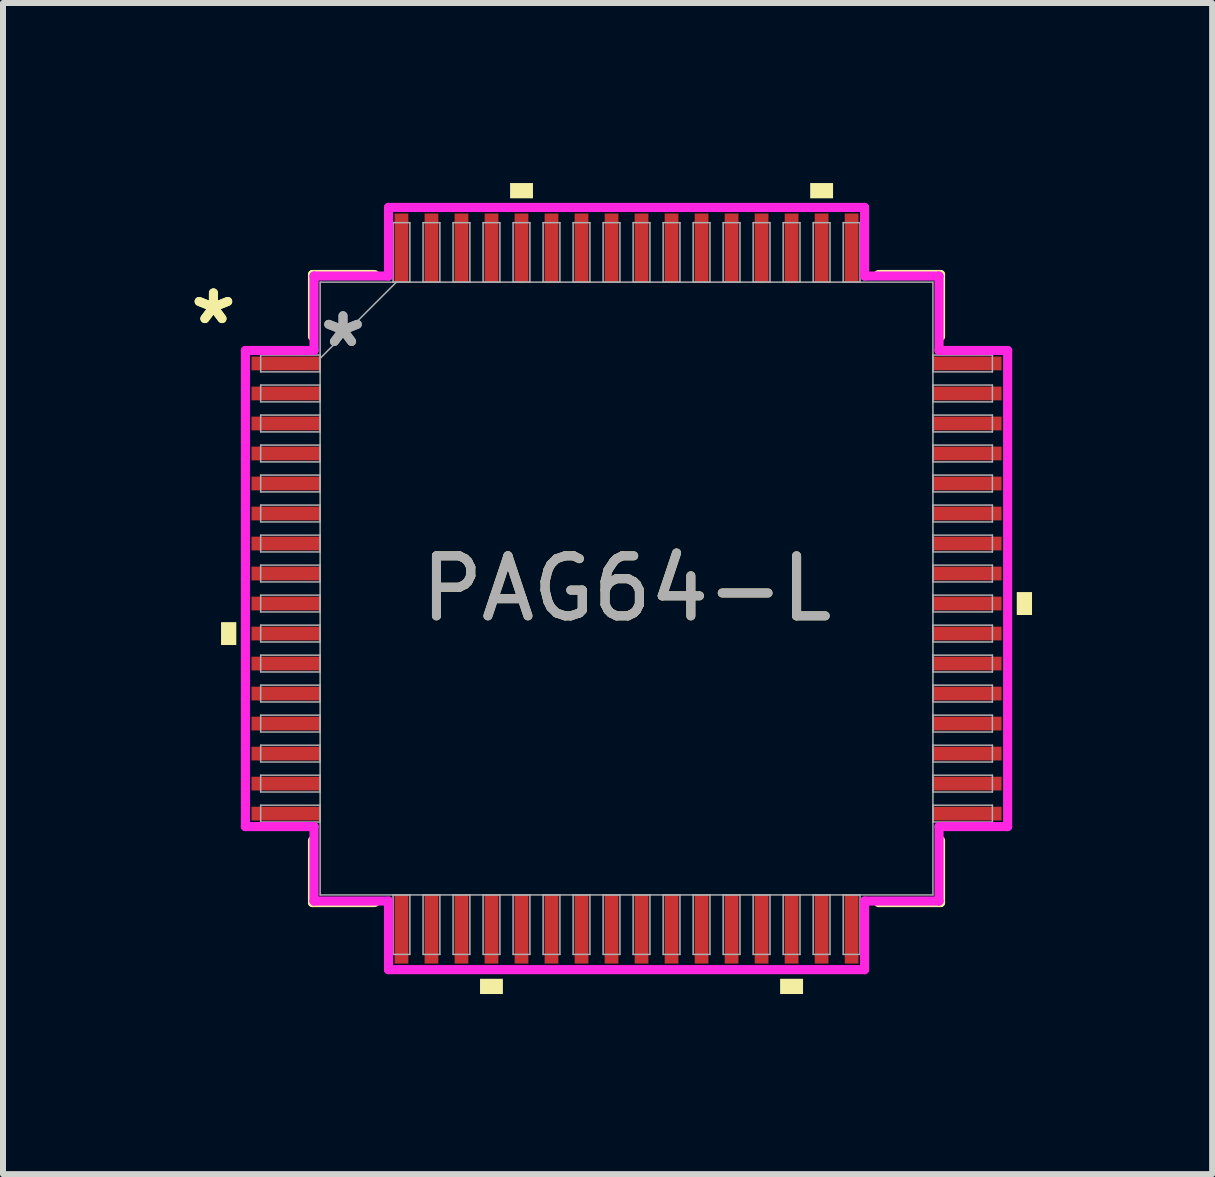
<source format=kicad_pcb>
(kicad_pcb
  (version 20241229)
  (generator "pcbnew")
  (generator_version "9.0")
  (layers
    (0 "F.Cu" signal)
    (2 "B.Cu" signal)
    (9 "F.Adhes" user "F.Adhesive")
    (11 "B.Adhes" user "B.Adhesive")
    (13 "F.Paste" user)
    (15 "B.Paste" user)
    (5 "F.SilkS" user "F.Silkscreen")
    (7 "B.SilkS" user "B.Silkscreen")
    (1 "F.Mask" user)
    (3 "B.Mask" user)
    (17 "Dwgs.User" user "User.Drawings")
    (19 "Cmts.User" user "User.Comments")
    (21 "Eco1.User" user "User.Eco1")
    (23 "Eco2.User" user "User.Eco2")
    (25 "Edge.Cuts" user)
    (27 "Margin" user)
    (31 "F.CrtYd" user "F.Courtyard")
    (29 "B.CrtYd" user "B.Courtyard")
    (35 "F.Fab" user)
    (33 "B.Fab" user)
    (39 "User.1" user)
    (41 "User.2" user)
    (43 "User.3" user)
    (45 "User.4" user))
  (footprint "PAG64-L"
    (layer "F.Cu")
    (at 7.389 6.756)
    (property "Reference" "PAG64-L" (at 0 0 0) (unlocked yes) (layer "F.SilkS") (effects (font (size 1 1) (thickness 0.15))))
    (attr smd)
    (fp_line (start -5.232 -5.232) (end -5.232 -4.197) (stroke (width 0.152) (type solid)) (layer "F.SilkS"))
    (fp_line (start -5.232 4.197) (end -5.232 5.232) (stroke (width 0.152) (type solid)) (layer "F.SilkS"))
    (fp_line (start -5.232 5.232) (end -4.197 5.232) (stroke (width 0.152) (type solid)) (layer "F.SilkS"))
    (fp_line (start -4.197 -5.232) (end -5.232 -5.232) (stroke (width 0.152) (type solid)) (layer "F.SilkS"))
    (fp_line (start 4.197 5.232) (end 5.232 5.232) (stroke (width 0.152) (type solid)) (layer "F.SilkS"))
    (fp_line (start 5.232 -5.232) (end 4.197 -5.232) (stroke (width 0.152) (type solid)) (layer "F.SilkS"))
    (fp_line (start 5.232 -4.197) (end 5.232 -5.232) (stroke (width 0.152) (type solid)) (layer "F.SilkS"))
    (fp_line (start 5.232 5.232) (end 5.232 4.197) (stroke (width 0.152) (type solid)) (layer "F.SilkS"))
    (fp_poly (pts (xy -6.756 0.56) (xy -6.756 0.941) (xy -6.502 0.941) (xy -6.502 0.56)) (stroke (width 0) (type solid)) (fill yes) (layer "F.SilkS"))
    (fp_poly (pts (xy -2.441 6.502) (xy -2.441 6.756) (xy -2.06 6.756) (xy -2.06 6.502)) (stroke (width 0) (type solid)) (fill yes) (layer "F.SilkS"))
    (fp_poly (pts (xy -1.94 -6.502) (xy -1.94 -6.756) (xy -1.559 -6.756) (xy -1.559 -6.502)) (stroke (width 0) (type solid)) (fill yes) (layer "F.SilkS"))
    (fp_poly (pts (xy 2.559 6.502) (xy 2.559 6.756) (xy 2.941 6.756) (xy 2.941 6.502)) (stroke (width 0) (type solid)) (fill yes) (layer "F.SilkS"))
    (fp_poly (pts (xy 3.06 -6.502) (xy 3.06 -6.756) (xy 3.441 -6.756) (xy 3.441 -6.502)) (stroke (width 0) (type solid)) (fill yes) (layer "F.SilkS"))
    (fp_poly (pts (xy 6.756 0.059) (xy 6.756 0.441) (xy 6.502 0.441) (xy 6.502 0.059)) (stroke (width 0) (type solid)) (fill yes) (layer "F.SilkS"))
    (fp_line (start -6.35 -3.966) (end -5.207 -3.966) (stroke (width 0.152) (type solid)) (layer "F.CrtYd"))
    (fp_line (start -6.35 3.966) (end -6.35 -3.966) (stroke (width 0.152) (type solid)) (layer "F.CrtYd"))
    (fp_line (start -5.207 -5.207) (end -3.966 -5.207) (stroke (width 0.152) (type solid)) (layer "F.CrtYd"))
    (fp_line (start -5.207 -3.966) (end -5.207 -5.207) (stroke (width 0.152) (type solid)) (layer "F.CrtYd"))
    (fp_line (start -5.207 3.966) (end -6.35 3.966) (stroke (width 0.152) (type solid)) (layer "F.CrtYd"))
    (fp_line (start -5.207 5.207) (end -5.207 3.966) (stroke (width 0.152) (type solid)) (layer "F.CrtYd"))
    (fp_line (start -5.207 5.207) (end -3.966 5.207) (stroke (width 0.152) (type solid)) (layer "F.CrtYd"))
    (fp_line (start -3.966 -6.35) (end 3.966 -6.35) (stroke (width 0.152) (type solid)) (layer "F.CrtYd"))
    (fp_line (start -3.966 -5.207) (end -3.966 -6.35) (stroke (width 0.152) (type solid)) (layer "F.CrtYd"))
    (fp_line (start -3.966 5.207) (end -3.966 6.35) (stroke (width 0.152) (type solid)) (layer "F.CrtYd"))
    (fp_line (start -3.966 6.35) (end 3.966 6.35) (stroke (width 0.152) (type solid)) (layer "F.CrtYd"))
    (fp_line (start 3.966 -6.35) (end 3.966 -5.207) (stroke (width 0.152) (type solid)) (layer "F.CrtYd"))
    (fp_line (start 3.966 -5.207) (end 5.207 -5.207) (stroke (width 0.152) (type solid)) (layer "F.CrtYd"))
    (fp_line (start 3.966 5.207) (end 5.207 5.207) (stroke (width 0.152) (type solid)) (layer "F.CrtYd"))
    (fp_line (start 3.966 6.35) (end 3.966 5.207) (stroke (width 0.152) (type solid)) (layer "F.CrtYd"))
    (fp_line (start 5.207 -3.966) (end 5.207 -5.207) (stroke (width 0.152) (type solid)) (layer "F.CrtYd"))
    (fp_line (start 5.207 3.966) (end 6.35 3.966) (stroke (width 0.152) (type solid)) (layer "F.CrtYd"))
    (fp_line (start 5.207 5.207) (end 5.207 3.966) (stroke (width 0.152) (type solid)) (layer "F.CrtYd"))
    (fp_line (start 6.35 -3.966) (end 5.207 -3.966) (stroke (width 0.152) (type solid)) (layer "F.CrtYd"))
    (fp_line (start 6.35 3.966) (end 6.35 -3.966) (stroke (width 0.152) (type solid)) (layer "F.CrtYd"))
    (fp_line (start -6.096 -3.89) (end -6.096 -3.61) (stroke (width 0.025) (type solid)) (layer "F.Fab"))
    (fp_line (start -6.096 -3.61) (end -5.105 -3.61) (stroke (width 0.025) (type solid)) (layer "F.Fab"))
    (fp_line (start -6.096 -3.39) (end -6.096 -3.11) (stroke (width 0.025) (type solid)) (layer "F.Fab"))
    (fp_line (start -6.096 -3.11) (end -5.105 -3.11) (stroke (width 0.025) (type solid)) (layer "F.Fab"))
    (fp_line (start -6.096 -2.89) (end -6.096 -2.61) (stroke (width 0.025) (type solid)) (layer "F.Fab"))
    (fp_line (start -6.096 -2.61) (end -5.105 -2.61) (stroke (width 0.025) (type solid)) (layer "F.Fab"))
    (fp_line (start -6.096 -2.39) (end -6.096 -2.11) (stroke (width 0.025) (type solid)) (layer "F.Fab"))
    (fp_line (start -6.096 -2.11) (end -5.105 -2.11) (stroke (width 0.025) (type solid)) (layer "F.Fab"))
    (fp_line (start -6.096 -1.89) (end -6.096 -1.61) (stroke (width 0.025) (type solid)) (layer "F.Fab"))
    (fp_line (start -6.096 -1.61) (end -5.105 -1.61) (stroke (width 0.025) (type solid)) (layer "F.Fab"))
    (fp_line (start -6.096 -1.39) (end -6.096 -1.11) (stroke (width 0.025) (type solid)) (layer "F.Fab"))
    (fp_line (start -6.096 -1.11) (end -5.105 -1.11) (stroke (width 0.025) (type solid)) (layer "F.Fab"))
    (fp_line (start -6.096 -0.89) (end -6.096 -0.61) (stroke (width 0.025) (type solid)) (layer "F.Fab"))
    (fp_line (start -6.096 -0.61) (end -5.105 -0.61) (stroke (width 0.025) (type solid)) (layer "F.Fab"))
    (fp_line (start -6.096 -0.39) (end -6.096 -0.11) (stroke (width 0.025) (type solid)) (layer "F.Fab"))
    (fp_line (start -6.096 -0.11) (end -5.105 -0.11) (stroke (width 0.025) (type solid)) (layer "F.Fab"))
    (fp_line (start -6.096 0.11) (end -6.096 0.39) (stroke (width 0.025) (type solid)) (layer "F.Fab"))
    (fp_line (start -6.096 0.39) (end -5.105 0.39) (stroke (width 0.025) (type solid)) (layer "F.Fab"))
    (fp_line (start -6.096 0.61) (end -6.096 0.89) (stroke (width 0.025) (type solid)) (layer "F.Fab"))
    (fp_line (start -6.096 0.89) (end -5.105 0.89) (stroke (width 0.025) (type solid)) (layer "F.Fab"))
    (fp_line (start -6.096 1.11) (end -6.096 1.39) (stroke (width 0.025) (type solid)) (layer "F.Fab"))
    (fp_line (start -6.096 1.39) (end -5.105 1.39) (stroke (width 0.025) (type solid)) (layer "F.Fab"))
    (fp_line (start -6.096 1.61) (end -6.096 1.89) (stroke (width 0.025) (type solid)) (layer "F.Fab"))
    (fp_line (start -6.096 1.89) (end -5.105 1.89) (stroke (width 0.025) (type solid)) (layer "F.Fab"))
    (fp_line (start -6.096 2.11) (end -6.096 2.39) (stroke (width 0.025) (type solid)) (layer "F.Fab"))
    (fp_line (start -6.096 2.39) (end -5.105 2.39) (stroke (width 0.025) (type solid)) (layer "F.Fab"))
    (fp_line (start -6.096 2.61) (end -6.096 2.89) (stroke (width 0.025) (type solid)) (layer "F.Fab"))
    (fp_line (start -6.096 2.89) (end -5.105 2.89) (stroke (width 0.025) (type solid)) (layer "F.Fab"))
    (fp_line (start -6.096 3.11) (end -6.096 3.39) (stroke (width 0.025) (type solid)) (layer "F.Fab"))
    (fp_line (start -6.096 3.39) (end -5.105 3.39) (stroke (width 0.025) (type solid)) (layer "F.Fab"))
    (fp_line (start -6.096 3.61) (end -6.096 3.89) (stroke (width 0.025) (type solid)) (layer "F.Fab"))
    (fp_line (start -6.096 3.89) (end -5.105 3.89) (stroke (width 0.025) (type solid)) (layer "F.Fab"))
    (fp_line (start -5.105 -5.105) (end -5.105 5.105) (stroke (width 0.025) (type solid)) (layer "F.Fab"))
    (fp_line (start -5.105 -3.89) (end -6.096 -3.89) (stroke (width 0.025) (type solid)) (layer "F.Fab"))
    (fp_line (start -5.105 -3.835) (end -3.835 -5.105) (stroke (width 0.025) (type solid)) (layer "F.Fab"))
    (fp_line (start -5.105 -3.61) (end -5.105 -3.89) (stroke (width 0.025) (type solid)) (layer "F.Fab"))
    (fp_line (start -5.105 -3.39) (end -6.096 -3.39) (stroke (width 0.025) (type solid)) (layer "F.Fab"))
    (fp_line (start -5.105 -3.11) (end -5.105 -3.39) (stroke (width 0.025) (type solid)) (layer "F.Fab"))
    (fp_line (start -5.105 -2.89) (end -6.096 -2.89) (stroke (width 0.025) (type solid)) (layer "F.Fab"))
    (fp_line (start -5.105 -2.61) (end -5.105 -2.89) (stroke (width 0.025) (type solid)) (layer "F.Fab"))
    (fp_line (start -5.105 -2.39) (end -6.096 -2.39) (stroke (width 0.025) (type solid)) (layer "F.Fab"))
    (fp_line (start -5.105 -2.11) (end -5.105 -2.39) (stroke (width 0.025) (type solid)) (layer "F.Fab"))
    (fp_line (start -5.105 -1.89) (end -6.096 -1.89) (stroke (width 0.025) (type solid)) (layer "F.Fab"))
    (fp_line (start -5.105 -1.61) (end -5.105 -1.89) (stroke (width 0.025) (type solid)) (layer "F.Fab"))
    (fp_line (start -5.105 -1.39) (end -6.096 -1.39) (stroke (width 0.025) (type solid)) (layer "F.Fab"))
    (fp_line (start -5.105 -1.11) (end -5.105 -1.39) (stroke (width 0.025) (type solid)) (layer "F.Fab"))
    (fp_line (start -5.105 -0.89) (end -6.096 -0.89) (stroke (width 0.025) (type solid)) (layer "F.Fab"))
    (fp_line (start -5.105 -0.61) (end -5.105 -0.89) (stroke (width 0.025) (type solid)) (layer "F.Fab"))
    (fp_line (start -5.105 -0.39) (end -6.096 -0.39) (stroke (width 0.025) (type solid)) (layer "F.Fab"))
    (fp_line (start -5.105 -0.11) (end -5.105 -0.39) (stroke (width 0.025) (type solid)) (layer "F.Fab"))
    (fp_line (start -5.105 0.11) (end -6.096 0.11) (stroke (width 0.025) (type solid)) (layer "F.Fab"))
    (fp_line (start -5.105 0.39) (end -5.105 0.11) (stroke (width 0.025) (type solid)) (layer "F.Fab"))
    (fp_line (start -5.105 0.61) (end -6.096 0.61) (stroke (width 0.025) (type solid)) (layer "F.Fab"))
    (fp_line (start -5.105 0.89) (end -5.105 0.61) (stroke (width 0.025) (type solid)) (layer "F.Fab"))
    (fp_line (start -5.105 1.11) (end -6.096 1.11) (stroke (width 0.025) (type solid)) (layer "F.Fab"))
    (fp_line (start -5.105 1.39) (end -5.105 1.11) (stroke (width 0.025) (type solid)) (layer "F.Fab"))
    (fp_line (start -5.105 1.61) (end -6.096 1.61) (stroke (width 0.025) (type solid)) (layer "F.Fab"))
    (fp_line (start -5.105 1.89) (end -5.105 1.61) (stroke (width 0.025) (type solid)) (layer "F.Fab"))
    (fp_line (start -5.105 2.11) (end -6.096 2.11) (stroke (width 0.025) (type solid)) (layer "F.Fab"))
    (fp_line (start -5.105 2.39) (end -5.105 2.11) (stroke (width 0.025) (type solid)) (layer "F.Fab"))
    (fp_line (start -5.105 2.61) (end -6.096 2.61) (stroke (width 0.025) (type solid)) (layer "F.Fab"))
    (fp_line (start -5.105 2.89) (end -5.105 2.61) (stroke (width 0.025) (type solid)) (layer "F.Fab"))
    (fp_line (start -5.105 3.11) (end -6.096 3.11) (stroke (width 0.025) (type solid)) (layer "F.Fab"))
    (fp_line (start -5.105 3.39) (end -5.105 3.11) (stroke (width 0.025) (type solid)) (layer "F.Fab"))
    (fp_line (start -5.105 3.61) (end -6.096 3.61) (stroke (width 0.025) (type solid)) (layer "F.Fab"))
    (fp_line (start -5.105 3.89) (end -5.105 3.61) (stroke (width 0.025) (type solid)) (layer "F.Fab"))
    (fp_line (start -5.105 5.105) (end 5.105 5.105) (stroke (width 0.025) (type solid)) (layer "F.Fab"))
    (fp_line (start -3.89 -6.096) (end -3.89 -5.105) (stroke (width 0.025) (type solid)) (layer "F.Fab"))
    (fp_line (start -3.89 -5.105) (end -3.61 -5.105) (stroke (width 0.025) (type solid)) (layer "F.Fab"))
    (fp_line (start -3.89 5.105) (end -3.89 6.096) (stroke (width 0.025) (type solid)) (layer "F.Fab"))
    (fp_line (start -3.89 6.096) (end -3.61 6.096) (stroke (width 0.025) (type solid)) (layer "F.Fab"))
    (fp_line (start -3.61 -6.096) (end -3.89 -6.096) (stroke (width 0.025) (type solid)) (layer "F.Fab"))
    (fp_line (start -3.61 -5.105) (end -3.61 -6.096) (stroke (width 0.025) (type solid)) (layer "F.Fab"))
    (fp_line (start -3.61 5.105) (end -3.89 5.105) (stroke (width 0.025) (type solid)) (layer "F.Fab"))
    (fp_line (start -3.61 6.096) (end -3.61 5.105) (stroke (width 0.025) (type solid)) (layer "F.Fab"))
    (fp_line (start -3.39 -6.096) (end -3.39 -5.105) (stroke (width 0.025) (type solid)) (layer "F.Fab"))
    (fp_line (start -3.39 -5.105) (end -3.11 -5.105) (stroke (width 0.025) (type solid)) (layer "F.Fab"))
    (fp_line (start -3.39 5.105) (end -3.39 6.096) (stroke (width 0.025) (type solid)) (layer "F.Fab"))
    (fp_line (start -3.39 6.096) (end -3.11 6.096) (stroke (width 0.025) (type solid)) (layer "F.Fab"))
    (fp_line (start -3.11 -6.096) (end -3.39 -6.096) (stroke (width 0.025) (type solid)) (layer "F.Fab"))
    (fp_line (start -3.11 -5.105) (end -3.11 -6.096) (stroke (width 0.025) (type solid)) (layer "F.Fab"))
    (fp_line (start -3.11 5.105) (end -3.39 5.105) (stroke (width 0.025) (type solid)) (layer "F.Fab"))
    (fp_line (start -3.11 6.096) (end -3.11 5.105) (stroke (width 0.025) (type solid)) (layer "F.Fab"))
    (fp_line (start -2.89 -6.096) (end -2.89 -5.105) (stroke (width 0.025) (type solid)) (layer "F.Fab"))
    (fp_line (start -2.89 -5.105) (end -2.61 -5.105) (stroke (width 0.025) (type solid)) (layer "F.Fab"))
    (fp_line (start -2.89 5.105) (end -2.89 6.096) (stroke (width 0.025) (type solid)) (layer "F.Fab"))
    (fp_line (start -2.89 6.096) (end -2.61 6.096) (stroke (width 0.025) (type solid)) (layer "F.Fab"))
    (fp_line (start -2.61 -6.096) (end -2.89 -6.096) (stroke (width 0.025) (type solid)) (layer "F.Fab"))
    (fp_line (start -2.61 -5.105) (end -2.61 -6.096) (stroke (width 0.025) (type solid)) (layer "F.Fab"))
    (fp_line (start -2.61 5.105) (end -2.89 5.105) (stroke (width 0.025) (type solid)) (layer "F.Fab"))
    (fp_line (start -2.61 6.096) (end -2.61 5.105) (stroke (width 0.025) (type solid)) (layer "F.Fab"))
    (fp_line (start -2.39 -6.096) (end -2.39 -5.105) (stroke (width 0.025) (type solid)) (layer "F.Fab"))
    (fp_line (start -2.39 -5.105) (end -2.11 -5.105) (stroke (width 0.025) (type solid)) (layer "F.Fab"))
    (fp_line (start -2.39 5.105) (end -2.39 6.096) (stroke (width 0.025) (type solid)) (layer "F.Fab"))
    (fp_line (start -2.39 6.096) (end -2.11 6.096) (stroke (width 0.025) (type solid)) (layer "F.Fab"))
    (fp_line (start -2.11 -6.096) (end -2.39 -6.096) (stroke (width 0.025) (type solid)) (layer "F.Fab"))
    (fp_line (start -2.11 -5.105) (end -2.11 -6.096) (stroke (width 0.025) (type solid)) (layer "F.Fab"))
    (fp_line (start -2.11 5.105) (end -2.39 5.105) (stroke (width 0.025) (type solid)) (layer "F.Fab"))
    (fp_line (start -2.11 6.096) (end -2.11 5.105) (stroke (width 0.025) (type solid)) (layer "F.Fab"))
    (fp_line (start -1.89 -6.096) (end -1.89 -5.105) (stroke (width 0.025) (type solid)) (layer "F.Fab"))
    (fp_line (start -1.89 -5.105) (end -1.61 -5.105) (stroke (width 0.025) (type solid)) (layer "F.Fab"))
    (fp_line (start -1.89 5.105) (end -1.89 6.096) (stroke (width 0.025) (type solid)) (layer "F.Fab"))
    (fp_line (start -1.89 6.096) (end -1.61 6.096) (stroke (width 0.025) (type solid)) (layer "F.Fab"))
    (fp_line (start -1.61 -6.096) (end -1.89 -6.096) (stroke (width 0.025) (type solid)) (layer "F.Fab"))
    (fp_line (start -1.61 -5.105) (end -1.61 -6.096) (stroke (width 0.025) (type solid)) (layer "F.Fab"))
    (fp_line (start -1.61 5.105) (end -1.89 5.105) (stroke (width 0.025) (type solid)) (layer "F.Fab"))
    (fp_line (start -1.61 6.096) (end -1.61 5.105) (stroke (width 0.025) (type solid)) (layer "F.Fab"))
    (fp_line (start -1.39 -6.096) (end -1.39 -5.105) (stroke (width 0.025) (type solid)) (layer "F.Fab"))
    (fp_line (start -1.39 -5.105) (end -1.11 -5.105) (stroke (width 0.025) (type solid)) (layer "F.Fab"))
    (fp_line (start -1.39 5.105) (end -1.39 6.096) (stroke (width 0.025) (type solid)) (layer "F.Fab"))
    (fp_line (start -1.39 6.096) (end -1.11 6.096) (stroke (width 0.025) (type solid)) (layer "F.Fab"))
    (fp_line (start -1.11 -6.096) (end -1.39 -6.096) (stroke (width 0.025) (type solid)) (layer "F.Fab"))
    (fp_line (start -1.11 -5.105) (end -1.11 -6.096) (stroke (width 0.025) (type solid)) (layer "F.Fab"))
    (fp_line (start -1.11 5.105) (end -1.39 5.105) (stroke (width 0.025) (type solid)) (layer "F.Fab"))
    (fp_line (start -1.11 6.096) (end -1.11 5.105) (stroke (width 0.025) (type solid)) (layer "F.Fab"))
    (fp_line (start -0.89 -6.096) (end -0.89 -5.105) (stroke (width 0.025) (type solid)) (layer "F.Fab"))
    (fp_line (start -0.89 -5.105) (end -0.61 -5.105) (stroke (width 0.025) (type solid)) (layer "F.Fab"))
    (fp_line (start -0.89 5.105) (end -0.89 6.096) (stroke (width 0.025) (type solid)) (layer "F.Fab"))
    (fp_line (start -0.89 6.096) (end -0.61 6.096) (stroke (width 0.025) (type solid)) (layer "F.Fab"))
    (fp_line (start -0.61 -6.096) (end -0.89 -6.096) (stroke (width 0.025) (type solid)) (layer "F.Fab"))
    (fp_line (start -0.61 -5.105) (end -0.61 -6.096) (stroke (width 0.025) (type solid)) (layer "F.Fab"))
    (fp_line (start -0.61 5.105) (end -0.89 5.105) (stroke (width 0.025) (type solid)) (layer "F.Fab"))
    (fp_line (start -0.61 6.096) (end -0.61 5.105) (stroke (width 0.025) (type solid)) (layer "F.Fab"))
    (fp_line (start -0.39 -6.096) (end -0.39 -5.105) (stroke (width 0.025) (type solid)) (layer "F.Fab"))
    (fp_line (start -0.39 -5.105) (end -0.11 -5.105) (stroke (width 0.025) (type solid)) (layer "F.Fab"))
    (fp_line (start -0.39 5.105) (end -0.39 6.096) (stroke (width 0.025) (type solid)) (layer "F.Fab"))
    (fp_line (start -0.39 6.096) (end -0.11 6.096) (stroke (width 0.025) (type solid)) (layer "F.Fab"))
    (fp_line (start -0.11 -6.096) (end -0.39 -6.096) (stroke (width 0.025) (type solid)) (layer "F.Fab"))
    (fp_line (start -0.11 -5.105) (end -0.11 -6.096) (stroke (width 0.025) (type solid)) (layer "F.Fab"))
    (fp_line (start -0.11 5.105) (end -0.39 5.105) (stroke (width 0.025) (type solid)) (layer "F.Fab"))
    (fp_line (start -0.11 6.096) (end -0.11 5.105) (stroke (width 0.025) (type solid)) (layer "F.Fab"))
    (fp_line (start 0.11 -6.096) (end 0.11 -5.105) (stroke (width 0.025) (type solid)) (layer "F.Fab"))
    (fp_line (start 0.11 -5.105) (end 0.39 -5.105) (stroke (width 0.025) (type solid)) (layer "F.Fab"))
    (fp_line (start 0.11 5.105) (end 0.11 6.096) (stroke (width 0.025) (type solid)) (layer "F.Fab"))
    (fp_line (start 0.11 6.096) (end 0.39 6.096) (stroke (width 0.025) (type solid)) (layer "F.Fab"))
    (fp_line (start 0.39 -6.096) (end 0.11 -6.096) (stroke (width 0.025) (type solid)) (layer "F.Fab"))
    (fp_line (start 0.39 -5.105) (end 0.39 -6.096) (stroke (width 0.025) (type solid)) (layer "F.Fab"))
    (fp_line (start 0.39 5.105) (end 0.11 5.105) (stroke (width 0.025) (type solid)) (layer "F.Fab"))
    (fp_line (start 0.39 6.096) (end 0.39 5.105) (stroke (width 0.025) (type solid)) (layer "F.Fab"))
    (fp_line (start 0.61 -6.096) (end 0.61 -5.105) (stroke (width 0.025) (type solid)) (layer "F.Fab"))
    (fp_line (start 0.61 -5.105) (end 0.89 -5.105) (stroke (width 0.025) (type solid)) (layer "F.Fab"))
    (fp_line (start 0.61 5.105) (end 0.61 6.096) (stroke (width 0.025) (type solid)) (layer "F.Fab"))
    (fp_line (start 0.61 6.096) (end 0.89 6.096) (stroke (width 0.025) (type solid)) (layer "F.Fab"))
    (fp_line (start 0.89 -6.096) (end 0.61 -6.096) (stroke (width 0.025) (type solid)) (layer "F.Fab"))
    (fp_line (start 0.89 -5.105) (end 0.89 -6.096) (stroke (width 0.025) (type solid)) (layer "F.Fab"))
    (fp_line (start 0.89 5.105) (end 0.61 5.105) (stroke (width 0.025) (type solid)) (layer "F.Fab"))
    (fp_line (start 0.89 6.096) (end 0.89 5.105) (stroke (width 0.025) (type solid)) (layer "F.Fab"))
    (fp_line (start 1.11 -6.096) (end 1.11 -5.105) (stroke (width 0.025) (type solid)) (layer "F.Fab"))
    (fp_line (start 1.11 -5.105) (end 1.39 -5.105) (stroke (width 0.025) (type solid)) (layer "F.Fab"))
    (fp_line (start 1.11 5.105) (end 1.11 6.096) (stroke (width 0.025) (type solid)) (layer "F.Fab"))
    (fp_line (start 1.11 6.096) (end 1.39 6.096) (stroke (width 0.025) (type solid)) (layer "F.Fab"))
    (fp_line (start 1.39 -6.096) (end 1.11 -6.096) (stroke (width 0.025) (type solid)) (layer "F.Fab"))
    (fp_line (start 1.39 -5.105) (end 1.39 -6.096) (stroke (width 0.025) (type solid)) (layer "F.Fab"))
    (fp_line (start 1.39 5.105) (end 1.11 5.105) (stroke (width 0.025) (type solid)) (layer "F.Fab"))
    (fp_line (start 1.39 6.096) (end 1.39 5.105) (stroke (width 0.025) (type solid)) (layer "F.Fab"))
    (fp_line (start 1.61 -6.096) (end 1.61 -5.105) (stroke (width 0.025) (type solid)) (layer "F.Fab"))
    (fp_line (start 1.61 -5.105) (end 1.89 -5.105) (stroke (width 0.025) (type solid)) (layer "F.Fab"))
    (fp_line (start 1.61 5.105) (end 1.61 6.096) (stroke (width 0.025) (type solid)) (layer "F.Fab"))
    (fp_line (start 1.61 6.096) (end 1.89 6.096) (stroke (width 0.025) (type solid)) (layer "F.Fab"))
    (fp_line (start 1.89 -6.096) (end 1.61 -6.096) (stroke (width 0.025) (type solid)) (layer "F.Fab"))
    (fp_line (start 1.89 -5.105) (end 1.89 -6.096) (stroke (width 0.025) (type solid)) (layer "F.Fab"))
    (fp_line (start 1.89 5.105) (end 1.61 5.105) (stroke (width 0.025) (type solid)) (layer "F.Fab"))
    (fp_line (start 1.89 6.096) (end 1.89 5.105) (stroke (width 0.025) (type solid)) (layer "F.Fab"))
    (fp_line (start 2.11 -6.096) (end 2.11 -5.105) (stroke (width 0.025) (type solid)) (layer "F.Fab"))
    (fp_line (start 2.11 -5.105) (end 2.39 -5.105) (stroke (width 0.025) (type solid)) (layer "F.Fab"))
    (fp_line (start 2.11 5.105) (end 2.11 6.096) (stroke (width 0.025) (type solid)) (layer "F.Fab"))
    (fp_line (start 2.11 6.096) (end 2.39 6.096) (stroke (width 0.025) (type solid)) (layer "F.Fab"))
    (fp_line (start 2.39 -6.096) (end 2.11 -6.096) (stroke (width 0.025) (type solid)) (layer "F.Fab"))
    (fp_line (start 2.39 -5.105) (end 2.39 -6.096) (stroke (width 0.025) (type solid)) (layer "F.Fab"))
    (fp_line (start 2.39 5.105) (end 2.11 5.105) (stroke (width 0.025) (type solid)) (layer "F.Fab"))
    (fp_line (start 2.39 6.096) (end 2.39 5.105) (stroke (width 0.025) (type solid)) (layer "F.Fab"))
    (fp_line (start 2.61 -6.096) (end 2.61 -5.105) (stroke (width 0.025) (type solid)) (layer "F.Fab"))
    (fp_line (start 2.61 -5.105) (end 2.89 -5.105) (stroke (width 0.025) (type solid)) (layer "F.Fab"))
    (fp_line (start 2.61 5.105) (end 2.61 6.096) (stroke (width 0.025) (type solid)) (layer "F.Fab"))
    (fp_line (start 2.61 6.096) (end 2.89 6.096) (stroke (width 0.025) (type solid)) (layer "F.Fab"))
    (fp_line (start 2.89 -6.096) (end 2.61 -6.096) (stroke (width 0.025) (type solid)) (layer "F.Fab"))
    (fp_line (start 2.89 -5.105) (end 2.89 -6.096) (stroke (width 0.025) (type solid)) (layer "F.Fab"))
    (fp_line (start 2.89 5.105) (end 2.61 5.105) (stroke (width 0.025) (type solid)) (layer "F.Fab"))
    (fp_line (start 2.89 6.096) (end 2.89 5.105) (stroke (width 0.025) (type solid)) (layer "F.Fab"))
    (fp_line (start 3.11 -6.096) (end 3.11 -5.105) (stroke (width 0.025) (type solid)) (layer "F.Fab"))
    (fp_line (start 3.11 -5.105) (end 3.39 -5.105) (stroke (width 0.025) (type solid)) (layer "F.Fab"))
    (fp_line (start 3.11 5.105) (end 3.11 6.096) (stroke (width 0.025) (type solid)) (layer "F.Fab"))
    (fp_line (start 3.11 6.096) (end 3.39 6.096) (stroke (width 0.025) (type solid)) (layer "F.Fab"))
    (fp_line (start 3.39 -6.096) (end 3.11 -6.096) (stroke (width 0.025) (type solid)) (layer "F.Fab"))
    (fp_line (start 3.39 -5.105) (end 3.39 -6.096) (stroke (width 0.025) (type solid)) (layer "F.Fab"))
    (fp_line (start 3.39 5.105) (end 3.11 5.105) (stroke (width 0.025) (type solid)) (layer "F.Fab"))
    (fp_line (start 3.39 6.096) (end 3.39 5.105) (stroke (width 0.025) (type solid)) (layer "F.Fab"))
    (fp_line (start 3.61 -6.096) (end 3.61 -5.105) (stroke (width 0.025) (type solid)) (layer "F.Fab"))
    (fp_line (start 3.61 -5.105) (end 3.89 -5.105) (stroke (width 0.025) (type solid)) (layer "F.Fab"))
    (fp_line (start 3.61 5.105) (end 3.61 6.096) (stroke (width 0.025) (type solid)) (layer "F.Fab"))
    (fp_line (start 3.61 6.096) (end 3.89 6.096) (stroke (width 0.025) (type solid)) (layer "F.Fab"))
    (fp_line (start 3.89 -6.096) (end 3.61 -6.096) (stroke (width 0.025) (type solid)) (layer "F.Fab"))
    (fp_line (start 3.89 -5.105) (end 3.89 -6.096) (stroke (width 0.025) (type solid)) (layer "F.Fab"))
    (fp_line (start 3.89 5.105) (end 3.61 5.105) (stroke (width 0.025) (type solid)) (layer "F.Fab"))
    (fp_line (start 3.89 6.096) (end 3.89 5.105) (stroke (width 0.025) (type solid)) (layer "F.Fab"))
    (fp_line (start 5.105 -5.105) (end -5.105 -5.105) (stroke (width 0.025) (type solid)) (layer "F.Fab"))
    (fp_line (start 5.105 -3.89) (end 5.105 -3.61) (stroke (width 0.025) (type solid)) (layer "F.Fab"))
    (fp_line (start 5.105 -3.61) (end 6.096 -3.61) (stroke (width 0.025) (type solid)) (layer "F.Fab"))
    (fp_line (start 5.105 -3.39) (end 5.105 -3.11) (stroke (width 0.025) (type solid)) (layer "F.Fab"))
    (fp_line (start 5.105 -3.11) (end 6.096 -3.11) (stroke (width 0.025) (type solid)) (layer "F.Fab"))
    (fp_line (start 5.105 -2.89) (end 5.105 -2.61) (stroke (width 0.025) (type solid)) (layer "F.Fab"))
    (fp_line (start 5.105 -2.61) (end 6.096 -2.61) (stroke (width 0.025) (type solid)) (layer "F.Fab"))
    (fp_line (start 5.105 -2.39) (end 5.105 -2.11) (stroke (width 0.025) (type solid)) (layer "F.Fab"))
    (fp_line (start 5.105 -2.11) (end 6.096 -2.11) (stroke (width 0.025) (type solid)) (layer "F.Fab"))
    (fp_line (start 5.105 -1.89) (end 5.105 -1.61) (stroke (width 0.025) (type solid)) (layer "F.Fab"))
    (fp_line (start 5.105 -1.61) (end 6.096 -1.61) (stroke (width 0.025) (type solid)) (layer "F.Fab"))
    (fp_line (start 5.105 -1.39) (end 5.105 -1.11) (stroke (width 0.025) (type solid)) (layer "F.Fab"))
    (fp_line (start 5.105 -1.11) (end 6.096 -1.11) (stroke (width 0.025) (type solid)) (layer "F.Fab"))
    (fp_line (start 5.105 -0.89) (end 5.105 -0.61) (stroke (width 0.025) (type solid)) (layer "F.Fab"))
    (fp_line (start 5.105 -0.61) (end 6.096 -0.61) (stroke (width 0.025) (type solid)) (layer "F.Fab"))
    (fp_line (start 5.105 -0.39) (end 5.105 -0.11) (stroke (width 0.025) (type solid)) (layer "F.Fab"))
    (fp_line (start 5.105 -0.11) (end 6.096 -0.11) (stroke (width 0.025) (type solid)) (layer "F.Fab"))
    (fp_line (start 5.105 0.11) (end 5.105 0.39) (stroke (width 0.025) (type solid)) (layer "F.Fab"))
    (fp_line (start 5.105 0.39) (end 6.096 0.39) (stroke (width 0.025) (type solid)) (layer "F.Fab"))
    (fp_line (start 5.105 0.61) (end 5.105 0.89) (stroke (width 0.025) (type solid)) (layer "F.Fab"))
    (fp_line (start 5.105 0.89) (end 6.096 0.89) (stroke (width 0.025) (type solid)) (layer "F.Fab"))
    (fp_line (start 5.105 1.11) (end 5.105 1.39) (stroke (width 0.025) (type solid)) (layer "F.Fab"))
    (fp_line (start 5.105 1.39) (end 6.096 1.39) (stroke (width 0.025) (type solid)) (layer "F.Fab"))
    (fp_line (start 5.105 1.61) (end 5.105 1.89) (stroke (width 0.025) (type solid)) (layer "F.Fab"))
    (fp_line (start 5.105 1.89) (end 6.096 1.89) (stroke (width 0.025) (type solid)) (layer "F.Fab"))
    (fp_line (start 5.105 2.11) (end 5.105 2.39) (stroke (width 0.025) (type solid)) (layer "F.Fab"))
    (fp_line (start 5.105 2.39) (end 6.096 2.39) (stroke (width 0.025) (type solid)) (layer "F.Fab"))
    (fp_line (start 5.105 2.61) (end 5.105 2.89) (stroke (width 0.025) (type solid)) (layer "F.Fab"))
    (fp_line (start 5.105 2.89) (end 6.096 2.89) (stroke (width 0.025) (type solid)) (layer "F.Fab"))
    (fp_line (start 5.105 3.11) (end 5.105 3.39) (stroke (width 0.025) (type solid)) (layer "F.Fab"))
    (fp_line (start 5.105 3.39) (end 6.096 3.39) (stroke (width 0.025) (type solid)) (layer "F.Fab"))
    (fp_line (start 5.105 3.61) (end 5.105 3.89) (stroke (width 0.025) (type solid)) (layer "F.Fab"))
    (fp_line (start 5.105 3.89) (end 6.096 3.89) (stroke (width 0.025) (type solid)) (layer "F.Fab"))
    (fp_line (start 5.105 5.105) (end 5.105 -5.105) (stroke (width 0.025) (type solid)) (layer "F.Fab"))
    (fp_line (start 6.096 -3.89) (end 5.105 -3.89) (stroke (width 0.025) (type solid)) (layer "F.Fab"))
    (fp_line (start 6.096 -3.61) (end 6.096 -3.89) (stroke (width 0.025) (type solid)) (layer "F.Fab"))
    (fp_line (start 6.096 -3.39) (end 5.105 -3.39) (stroke (width 0.025) (type solid)) (layer "F.Fab"))
    (fp_line (start 6.096 -3.11) (end 6.096 -3.39) (stroke (width 0.025) (type solid)) (layer "F.Fab"))
    (fp_line (start 6.096 -2.89) (end 5.105 -2.89) (stroke (width 0.025) (type solid)) (layer "F.Fab"))
    (fp_line (start 6.096 -2.61) (end 6.096 -2.89) (stroke (width 0.025) (type solid)) (layer "F.Fab"))
    (fp_line (start 6.096 -2.39) (end 5.105 -2.39) (stroke (width 0.025) (type solid)) (layer "F.Fab"))
    (fp_line (start 6.096 -2.11) (end 6.096 -2.39) (stroke (width 0.025) (type solid)) (layer "F.Fab"))
    (fp_line (start 6.096 -1.89) (end 5.105 -1.89) (stroke (width 0.025) (type solid)) (layer "F.Fab"))
    (fp_line (start 6.096 -1.61) (end 6.096 -1.89) (stroke (width 0.025) (type solid)) (layer "F.Fab"))
    (fp_line (start 6.096 -1.39) (end 5.105 -1.39) (stroke (width 0.025) (type solid)) (layer "F.Fab"))
    (fp_line (start 6.096 -1.11) (end 6.096 -1.39) (stroke (width 0.025) (type solid)) (layer "F.Fab"))
    (fp_line (start 6.096 -0.89) (end 5.105 -0.89) (stroke (width 0.025) (type solid)) (layer "F.Fab"))
    (fp_line (start 6.096 -0.61) (end 6.096 -0.89) (stroke (width 0.025) (type solid)) (layer "F.Fab"))
    (fp_line (start 6.096 -0.39) (end 5.105 -0.39) (stroke (width 0.025) (type solid)) (layer "F.Fab"))
    (fp_line (start 6.096 -0.11) (end 6.096 -0.39) (stroke (width 0.025) (type solid)) (layer "F.Fab"))
    (fp_line (start 6.096 0.11) (end 5.105 0.11) (stroke (width 0.025) (type solid)) (layer "F.Fab"))
    (fp_line (start 6.096 0.39) (end 6.096 0.11) (stroke (width 0.025) (type solid)) (layer "F.Fab"))
    (fp_line (start 6.096 0.61) (end 5.105 0.61) (stroke (width 0.025) (type solid)) (layer "F.Fab"))
    (fp_line (start 6.096 0.89) (end 6.096 0.61) (stroke (width 0.025) (type solid)) (layer "F.Fab"))
    (fp_line (start 6.096 1.11) (end 5.105 1.11) (stroke (width 0.025) (type solid)) (layer "F.Fab"))
    (fp_line (start 6.096 1.39) (end 6.096 1.11) (stroke (width 0.025) (type solid)) (layer "F.Fab"))
    (fp_line (start 6.096 1.61) (end 5.105 1.61) (stroke (width 0.025) (type solid)) (layer "F.Fab"))
    (fp_line (start 6.096 1.89) (end 6.096 1.61) (stroke (width 0.025) (type solid)) (layer "F.Fab"))
    (fp_line (start 6.096 2.11) (end 5.105 2.11) (stroke (width 0.025) (type solid)) (layer "F.Fab"))
    (fp_line (start 6.096 2.39) (end 6.096 2.11) (stroke (width 0.025) (type solid)) (layer "F.Fab"))
    (fp_line (start 6.096 2.61) (end 5.105 2.61) (stroke (width 0.025) (type solid)) (layer "F.Fab"))
    (fp_line (start 6.096 2.89) (end 6.096 2.61) (stroke (width 0.025) (type solid)) (layer "F.Fab"))
    (fp_line (start 6.096 3.11) (end 5.105 3.11) (stroke (width 0.025) (type solid)) (layer "F.Fab"))
    (fp_line (start 6.096 3.39) (end 6.096 3.11) (stroke (width 0.025) (type solid)) (layer "F.Fab"))
    (fp_line (start 6.096 3.61) (end 5.105 3.61) (stroke (width 0.025) (type solid)) (layer "F.Fab"))
    (fp_line (start 6.096 3.89) (end 6.096 3.61) (stroke (width 0.025) (type solid)) (layer "F.Fab"))
    (fp_text user "*" (at -6.883 -4.381 0) (unlocked yes) (layer "F.SilkS") (effects (font (size 1 1) (thickness 0.15))))
    (fp_text user "*" (at -6.883 -4.381 0) (layer "F.SilkS") (effects (font (size 1 1) (thickness 0.15))))
    (fp_text user "${REFERENCE}" (at 0 0 0) (unlocked yes) (layer "F.Fab") (effects (font (size 1 1) (thickness 0.15))))
    (fp_text user "*" (at -4.724 -4 0) (layer "F.Fab") (effects (font (size 1 1) (thickness 0.15))))
    (fp_text user "*" (at -4.724 -4 0) (unlocked yes) (layer "F.Fab") (effects (font (size 1 1) (thickness 0.15))))
    (pad "1" smd rect (at -5.677 -3.75 90) (size 0.229 1.143) (layers "F.Cu" "F.Mask" "F.Paste"))
    (pad "2" smd rect (at -5.677 -3.25 90) (size 0.229 1.143) (layers "F.Cu" "F.Mask" "F.Paste"))
    (pad "3" smd rect (at -5.677 -2.75 90) (size 0.229 1.143) (layers "F.Cu" "F.Mask" "F.Paste"))
    (pad "4" smd rect (at -5.677 -2.25 90) (size 0.229 1.143) (layers "F.Cu" "F.Mask" "F.Paste"))
    (pad "5" smd rect (at -5.677 -1.75 90) (size 0.229 1.143) (layers "F.Cu" "F.Mask" "F.Paste"))
    (pad "6" smd rect (at -5.677 -1.25 90) (size 0.229 1.143) (layers "F.Cu" "F.Mask" "F.Paste"))
    (pad "7" smd rect (at -5.677 -0.75 90) (size 0.229 1.143) (layers "F.Cu" "F.Mask" "F.Paste"))
    (pad "8" smd rect (at -5.677 -0.25 90) (size 0.229 1.143) (layers "F.Cu" "F.Mask" "F.Paste"))
    (pad "9" smd rect (at -5.677 0.25 90) (size 0.229 1.143) (layers "F.Cu" "F.Mask" "F.Paste"))
    (pad "10" smd rect (at -5.677 0.75 90) (size 0.229 1.143) (layers "F.Cu" "F.Mask" "F.Paste"))
    (pad "11" smd rect (at -5.677 1.25 90) (size 0.229 1.143) (layers "F.Cu" "F.Mask" "F.Paste"))
    (pad "12" smd rect (at -5.677 1.75 90) (size 0.229 1.143) (layers "F.Cu" "F.Mask" "F.Paste"))
    (pad "13" smd rect (at -5.677 2.25 90) (size 0.229 1.143) (layers "F.Cu" "F.Mask" "F.Paste"))
    (pad "14" smd rect (at -5.677 2.75 90) (size 0.229 1.143) (layers "F.Cu" "F.Mask" "F.Paste"))
    (pad "15" smd rect (at -5.677 3.25 90) (size 0.229 1.143) (layers "F.Cu" "F.Mask" "F.Paste"))
    (pad "16" smd rect (at -5.677 3.75 90) (size 0.229 1.143) (layers "F.Cu" "F.Mask" "F.Paste"))
    (pad "17" smd rect (at -3.75 5.677) (size 0.229 1.143) (layers "F.Cu" "F.Mask" "F.Paste"))
    (pad "18" smd rect (at -3.25 5.677) (size 0.229 1.143) (layers "F.Cu" "F.Mask" "F.Paste"))
    (pad "19" smd rect (at -2.75 5.677) (size 0.229 1.143) (layers "F.Cu" "F.Mask" "F.Paste"))
    (pad "20" smd rect (at -2.25 5.677) (size 0.229 1.143) (layers "F.Cu" "F.Mask" "F.Paste"))
    (pad "21" smd rect (at -1.75 5.677) (size 0.229 1.143) (layers "F.Cu" "F.Mask" "F.Paste"))
    (pad "22" smd rect (at -1.25 5.677) (size 0.229 1.143) (layers "F.Cu" "F.Mask" "F.Paste"))
    (pad "23" smd rect (at -0.75 5.677) (size 0.229 1.143) (layers "F.Cu" "F.Mask" "F.Paste"))
    (pad "24" smd rect (at -0.25 5.677) (size 0.229 1.143) (layers "F.Cu" "F.Mask" "F.Paste"))
    (pad "25" smd rect (at 0.25 5.677) (size 0.229 1.143) (layers "F.Cu" "F.Mask" "F.Paste"))
    (pad "26" smd rect (at 0.75 5.677) (size 0.229 1.143) (layers "F.Cu" "F.Mask" "F.Paste"))
    (pad "27" smd rect (at 1.25 5.677) (size 0.229 1.143) (layers "F.Cu" "F.Mask" "F.Paste"))
    (pad "28" smd rect (at 1.75 5.677) (size 0.229 1.143) (layers "F.Cu" "F.Mask" "F.Paste"))
    (pad "29" smd rect (at 2.25 5.677) (size 0.229 1.143) (layers "F.Cu" "F.Mask" "F.Paste"))
    (pad "30" smd rect (at 2.75 5.677) (size 0.229 1.143) (layers "F.Cu" "F.Mask" "F.Paste"))
    (pad "31" smd rect (at 3.25 5.677) (size 0.229 1.143) (layers "F.Cu" "F.Mask" "F.Paste"))
    (pad "32" smd rect (at 3.75 5.677) (size 0.229 1.143) (layers "F.Cu" "F.Mask" "F.Paste"))
    (pad "33" smd rect (at 5.677 3.75 90) (size 0.229 1.143) (layers "F.Cu" "F.Mask" "F.Paste"))
    (pad "34" smd rect (at 5.677 3.25 90) (size 0.229 1.143) (layers "F.Cu" "F.Mask" "F.Paste"))
    (pad "35" smd rect (at 5.677 2.75 90) (size 0.229 1.143) (layers "F.Cu" "F.Mask" "F.Paste"))
    (pad "36" smd rect (at 5.677 2.25 90) (size 0.229 1.143) (layers "F.Cu" "F.Mask" "F.Paste"))
    (pad "37" smd rect (at 5.677 1.75 90) (size 0.229 1.143) (layers "F.Cu" "F.Mask" "F.Paste"))
    (pad "38" smd rect (at 5.677 1.25 90) (size 0.229 1.143) (layers "F.Cu" "F.Mask" "F.Paste"))
    (pad "39" smd rect (at 5.677 0.75 90) (size 0.229 1.143) (layers "F.Cu" "F.Mask" "F.Paste"))
    (pad "40" smd rect (at 5.677 0.25 90) (size 0.229 1.143) (layers "F.Cu" "F.Mask" "F.Paste"))
    (pad "41" smd rect (at 5.677 -0.25 90) (size 0.229 1.143) (layers "F.Cu" "F.Mask" "F.Paste"))
    (pad "42" smd rect (at 5.677 -0.75 90) (size 0.229 1.143) (layers "F.Cu" "F.Mask" "F.Paste"))
    (pad "43" smd rect (at 5.677 -1.25 90) (size 0.229 1.143) (layers "F.Cu" "F.Mask" "F.Paste"))
    (pad "44" smd rect (at 5.677 -1.75 90) (size 0.229 1.143) (layers "F.Cu" "F.Mask" "F.Paste"))
    (pad "45" smd rect (at 5.677 -2.25 90) (size 0.229 1.143) (layers "F.Cu" "F.Mask" "F.Paste"))
    (pad "46" smd rect (at 5.677 -2.75 90) (size 0.229 1.143) (layers "F.Cu" "F.Mask" "F.Paste"))
    (pad "47" smd rect (at 5.677 -3.25 90) (size 0.229 1.143) (layers "F.Cu" "F.Mask" "F.Paste"))
    (pad "48" smd rect (at 5.677 -3.75 90) (size 0.229 1.143) (layers "F.Cu" "F.Mask" "F.Paste"))
    (pad "49" smd rect (at 3.75 -5.677) (size 0.229 1.143) (layers "F.Cu" "F.Mask" "F.Paste"))
    (pad "50" smd rect (at 3.25 -5.677) (size 0.229 1.143) (layers "F.Cu" "F.Mask" "F.Paste"))
    (pad "51" smd rect (at 2.75 -5.677) (size 0.229 1.143) (layers "F.Cu" "F.Mask" "F.Paste"))
    (pad "52" smd rect (at 2.25 -5.677) (size 0.229 1.143) (layers "F.Cu" "F.Mask" "F.Paste"))
    (pad "53" smd rect (at 1.75 -5.677) (size 0.229 1.143) (layers "F.Cu" "F.Mask" "F.Paste"))
    (pad "54" smd rect (at 1.25 -5.677) (size 0.229 1.143) (layers "F.Cu" "F.Mask" "F.Paste"))
    (pad "55" smd rect (at 0.75 -5.677) (size 0.229 1.143) (layers "F.Cu" "F.Mask" "F.Paste"))
    (pad "56" smd rect (at 0.25 -5.677) (size 0.229 1.143) (layers "F.Cu" "F.Mask" "F.Paste"))
    (pad "57" smd rect (at -0.25 -5.677) (size 0.229 1.143) (layers "F.Cu" "F.Mask" "F.Paste"))
    (pad "58" smd rect (at -0.75 -5.677) (size 0.229 1.143) (layers "F.Cu" "F.Mask" "F.Paste"))
    (pad "59" smd rect (at -1.25 -5.677) (size 0.229 1.143) (layers "F.Cu" "F.Mask" "F.Paste"))
    (pad "60" smd rect (at -1.75 -5.677) (size 0.229 1.143) (layers "F.Cu" "F.Mask" "F.Paste"))
    (pad "61" smd rect (at -2.25 -5.677) (size 0.229 1.143) (layers "F.Cu" "F.Mask" "F.Paste"))
    (pad "62" smd rect (at -2.75 -5.677) (size 0.229 1.143) (layers "F.Cu" "F.Mask" "F.Paste"))
    (pad "63" smd rect (at -3.25 -5.677) (size 0.229 1.143) (layers "F.Cu" "F.Mask" "F.Paste"))
    (pad "64" smd rect (at -3.75 -5.677) (size 0.229 1.143) (layers "F.Cu" "F.Mask" "F.Paste")))
  (gr_rect
    (start -3 -3)
    (end 17.146 16.513)
    (stroke (width 0.1) (type default))
    (fill no)
    (layer "Edge.Cuts")))
</source>
